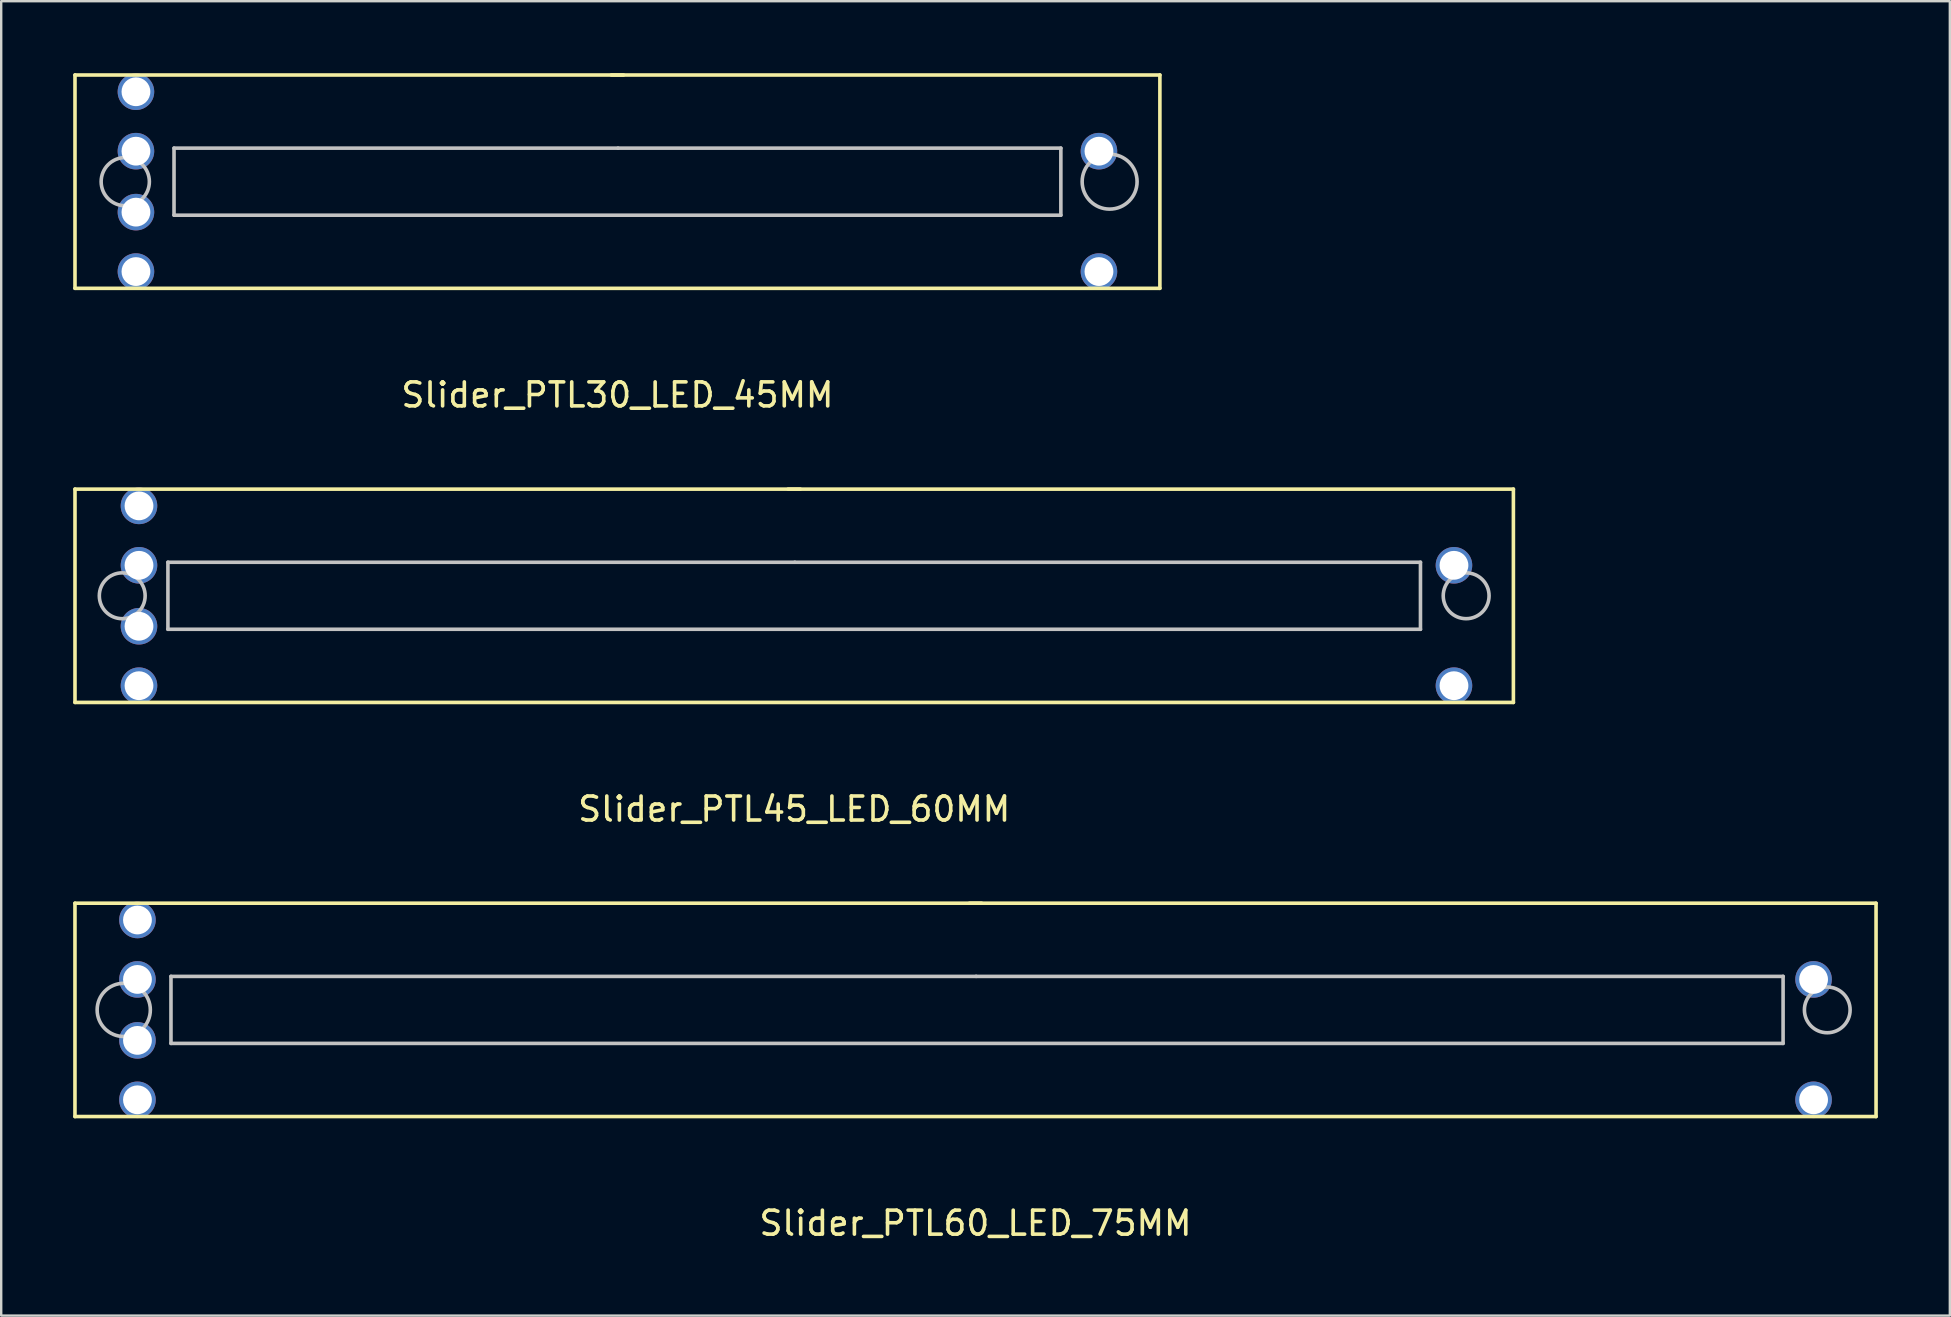
<source format=kicad_pcb>
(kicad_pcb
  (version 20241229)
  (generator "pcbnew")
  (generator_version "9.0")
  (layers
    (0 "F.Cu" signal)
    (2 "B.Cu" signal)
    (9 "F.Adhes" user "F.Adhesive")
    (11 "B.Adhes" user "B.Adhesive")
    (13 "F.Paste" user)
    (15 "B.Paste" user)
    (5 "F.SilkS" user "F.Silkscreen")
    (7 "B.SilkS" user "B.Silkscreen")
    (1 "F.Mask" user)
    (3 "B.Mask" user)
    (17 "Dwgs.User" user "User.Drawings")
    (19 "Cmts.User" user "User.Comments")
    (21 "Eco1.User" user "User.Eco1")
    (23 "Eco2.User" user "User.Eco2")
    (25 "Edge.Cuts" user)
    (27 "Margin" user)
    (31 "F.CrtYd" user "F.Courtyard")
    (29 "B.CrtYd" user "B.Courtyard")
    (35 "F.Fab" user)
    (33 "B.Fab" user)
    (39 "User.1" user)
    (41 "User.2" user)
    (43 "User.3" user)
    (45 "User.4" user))
  (footprint "Slider_PTL30_LED_45MM"
    (layer "F.Cu")
    (at 22.681 4.52)
    (property "Reference" "Slider_PTL30_LED_45MM" (at 0 8.89 0) (layer "F.SilkS") (effects (font (size 1 1) (thickness 0.15))))
    (attr through_hole)
    (fp_line (start -22.606 -4.445) (end -22.606 4.445) (stroke (width 0.15) (type solid)) (layer "F.SilkS"))
    (fp_line (start -22.606 4.445) (end 22.606 4.445) (stroke (width 0.15) (type solid)) (layer "F.SilkS"))
    (fp_line (start 0.254 -4.445) (end -22.606 -4.445) (stroke (width 0.15) (type solid)) (layer "F.SilkS"))
    (fp_line (start 22.606 -4.445) (end -0.254 -4.445) (stroke (width 0.15) (type solid)) (layer "F.SilkS"))
    (fp_line (start 22.606 4.445) (end 22.606 -4.445) (stroke (width 0.15) (type solid)) (layer "F.SilkS"))
    (fp_line (start -18.479 -1.397) (end 0.025 -1.397) (stroke (width 0.15) (type solid)) (layer "Dwgs.User"))
    (fp_line (start -18.479 1.397) (end -18.479 -1.397) (stroke (width 0.15) (type solid)) (layer "Dwgs.User"))
    (fp_line (start 0.025 -1.397) (end 18.479 -1.397) (stroke (width 0.15) (type solid)) (layer "Dwgs.User"))
    (fp_line (start 18.479 -1.397) (end 18.479 1.397) (stroke (width 0.15) (type solid)) (layer "Dwgs.User"))
    (fp_line (start 18.479 1.397) (end -18.479 1.397) (stroke (width 0.15) (type solid)) (layer "Dwgs.User"))
    (fp_circle (center -20.511 0) (end -20.193 0.953) (stroke (width 0.15) (type solid)) (fill no) (layer "Dwgs.User"))
    (fp_circle (center 20.511 0) (end 21.145 0.953) (stroke (width 0.15) (type solid)) (fill no) (layer "Dwgs.User"))
    (pad "" np_thru_hole circle (at -20.066 1.27) (size 1.524 1.524) (drill 1.2) (layers "*.Cu" "*.Mask"))
    (pad "1" thru_hole circle (at -20.066 -1.27) (size 1.524 1.524) (drill 1.2) (layers "*.Cu" "*.Mask"))
    (pad "2" thru_hole circle (at -20.066 -3.747) (size 1.524 1.524) (drill 1.2) (layers "*.Cu" "*.Mask"))
    (pad "3" thru_hole circle (at 20.066 -1.27) (size 1.524 1.524) (drill 1.2) (layers "*.Cu" "*.Mask"))
    (pad "4" thru_hole circle (at 20.066 3.747) (size 1.524 1.524) (drill 1.2) (layers "*.Cu" "*.Mask"))
    (pad "5" thru_hole circle (at -20.066 3.747) (size 1.524 1.524) (drill 1.2) (layers "*.Cu" "*.Mask")))
  (footprint "Slider_PTL60_LED_75MM"
    (layer "F.Cu")
    (at 37.603 39.036)
    (property "Reference" "Slider_PTL60_LED_75MM" (at 0 8.89 0) (layer "F.SilkS") (effects (font (size 1 1) (thickness 0.15))))
    (attr through_hole)
    (fp_line (start -37.529 -4.445) (end -37.529 4.445) (stroke (width 0.15) (type solid)) (layer "F.SilkS"))
    (fp_line (start -37.529 4.445) (end 37.529 4.445) (stroke (width 0.15) (type solid)) (layer "F.SilkS"))
    (fp_line (start 0.254 -4.445) (end -37.529 -4.445) (stroke (width 0.15) (type solid)) (layer "F.SilkS"))
    (fp_line (start 37.529 -4.445) (end -0.254 -4.445) (stroke (width 0.15) (type solid)) (layer "F.SilkS"))
    (fp_line (start 37.529 4.445) (end 37.529 -4.445) (stroke (width 0.15) (type solid)) (layer "F.SilkS"))
    (fp_line (start -33.528 -1.397) (end 0.025 -1.397) (stroke (width 0.15) (type solid)) (layer "Dwgs.User"))
    (fp_line (start -33.528 1.397) (end -33.528 -1.397) (stroke (width 0.15) (type solid)) (layer "Dwgs.User"))
    (fp_line (start 0.025 -1.397) (end 33.655 -1.397) (stroke (width 0.15) (type solid)) (layer "Dwgs.User"))
    (fp_line (start 33.655 -1.397) (end 33.655 1.397) (stroke (width 0.15) (type solid)) (layer "Dwgs.User"))
    (fp_line (start 33.655 1.397) (end -33.528 1.397) (stroke (width 0.15) (type solid)) (layer "Dwgs.User"))
    (fp_circle (center -35.496 0) (end -34.925 0.95) (stroke (width 0.15) (type solid)) (fill no) (layer "Dwgs.User"))
    (fp_circle (center 35.496 0) (end 35.56 0.95) (stroke (width 0.15) (type solid)) (fill no) (layer "Dwgs.User"))
    (pad "" np_thru_hole circle (at -34.925 1.27) (size 1.524 1.524) (drill 1.2) (layers "*.Cu" "*.Mask"))
    (pad "1" thru_hole circle (at -34.925 -1.27) (size 1.524 1.524) (drill 1.2) (layers "*.Cu" "*.Mask"))
    (pad "2" thru_hole circle (at -34.925 -3.747) (size 1.524 1.524) (drill 1.2) (layers "*.Cu" "*.Mask"))
    (pad "3" thru_hole circle (at 34.925 -1.27) (size 1.524 1.524) (drill 1.2) (layers "*.Cu" "*.Mask"))
    (pad "4" thru_hole circle (at 34.925 3.747) (size 1.524 1.524) (drill 1.2) (layers "*.Cu" "*.Mask"))
    (pad "5" thru_hole circle (at -34.925 3.747) (size 1.524 1.524) (drill 1.2) (layers "*.Cu" "*.Mask")))
  (footprint "Slider_PTL45_LED_60MM"
    (layer "F.Cu")
    (at 30.047 21.778)
    (property "Reference" "Slider_PTL45_LED_60MM" (at 0 8.89 0) (layer "F.SilkS") (effects (font (size 1 1) (thickness 0.15))))
    (attr through_hole)
    (fp_line (start -29.972 -4.445) (end -29.972 4.445) (stroke (width 0.15) (type solid)) (layer "F.SilkS"))
    (fp_line (start -29.972 4.445) (end 29.972 4.445) (stroke (width 0.15) (type solid)) (layer "F.SilkS"))
    (fp_line (start 0.254 -4.445) (end -29.972 -4.445) (stroke (width 0.15) (type solid)) (layer "F.SilkS"))
    (fp_line (start 29.972 -4.445) (end -0.254 -4.445) (stroke (width 0.15) (type solid)) (layer "F.SilkS"))
    (fp_line (start 29.972 4.445) (end 29.972 -4.445) (stroke (width 0.15) (type solid)) (layer "F.SilkS"))
    (fp_line (start -26.099 -1.397) (end 0.025 -1.397) (stroke (width 0.15) (type solid)) (layer "Dwgs.User"))
    (fp_line (start -26.099 1.397) (end -26.099 -1.397) (stroke (width 0.15) (type solid)) (layer "Dwgs.User"))
    (fp_line (start 0.025 -1.397) (end 26.099 -1.397) (stroke (width 0.15) (type solid)) (layer "Dwgs.User"))
    (fp_line (start 26.099 -1.397) (end 26.099 1.397) (stroke (width 0.15) (type solid)) (layer "Dwgs.User"))
    (fp_line (start 26.099 1.397) (end -26.099 1.397) (stroke (width 0.15) (type solid)) (layer "Dwgs.User"))
    (fp_circle (center -28.003 0) (end -27.94 0.953) (stroke (width 0.15) (type solid)) (fill no) (layer "Dwgs.User"))
    (fp_circle (center 28.003 0) (end 27.94 -0.953) (stroke (width 0.15) (type solid)) (fill no) (layer "Dwgs.User"))
    (pad "" np_thru_hole circle (at -27.305 1.27) (size 1.524 1.524) (drill 1.2) (layers "*.Cu" "*.Mask"))
    (pad "1" thru_hole circle (at -27.305 -1.27) (size 1.524 1.524) (drill 1.2) (layers "*.Cu" "*.Mask"))
    (pad "2" thru_hole circle (at -27.305 -3.747) (size 1.524 1.524) (drill 1.2) (layers "*.Cu" "*.Mask"))
    (pad "3" thru_hole circle (at 27.495 -1.27) (size 1.524 1.524) (drill 1.2) (layers "*.Cu" "*.Mask"))
    (pad "4" thru_hole circle (at 27.495 3.747) (size 1.524 1.524) (drill 1.2) (layers "*.Cu" "*.Mask"))
    (pad "5" thru_hole circle (at -27.305 3.747) (size 1.524 1.524) (drill 1.2) (layers "*.Cu" "*.Mask")))
  (gr_rect
    (start -3 -3)
    (end 78.207 51.775)
    (stroke (width 0.1) (type default))
    (fill no)
    (layer "Edge.Cuts")))
</source>
